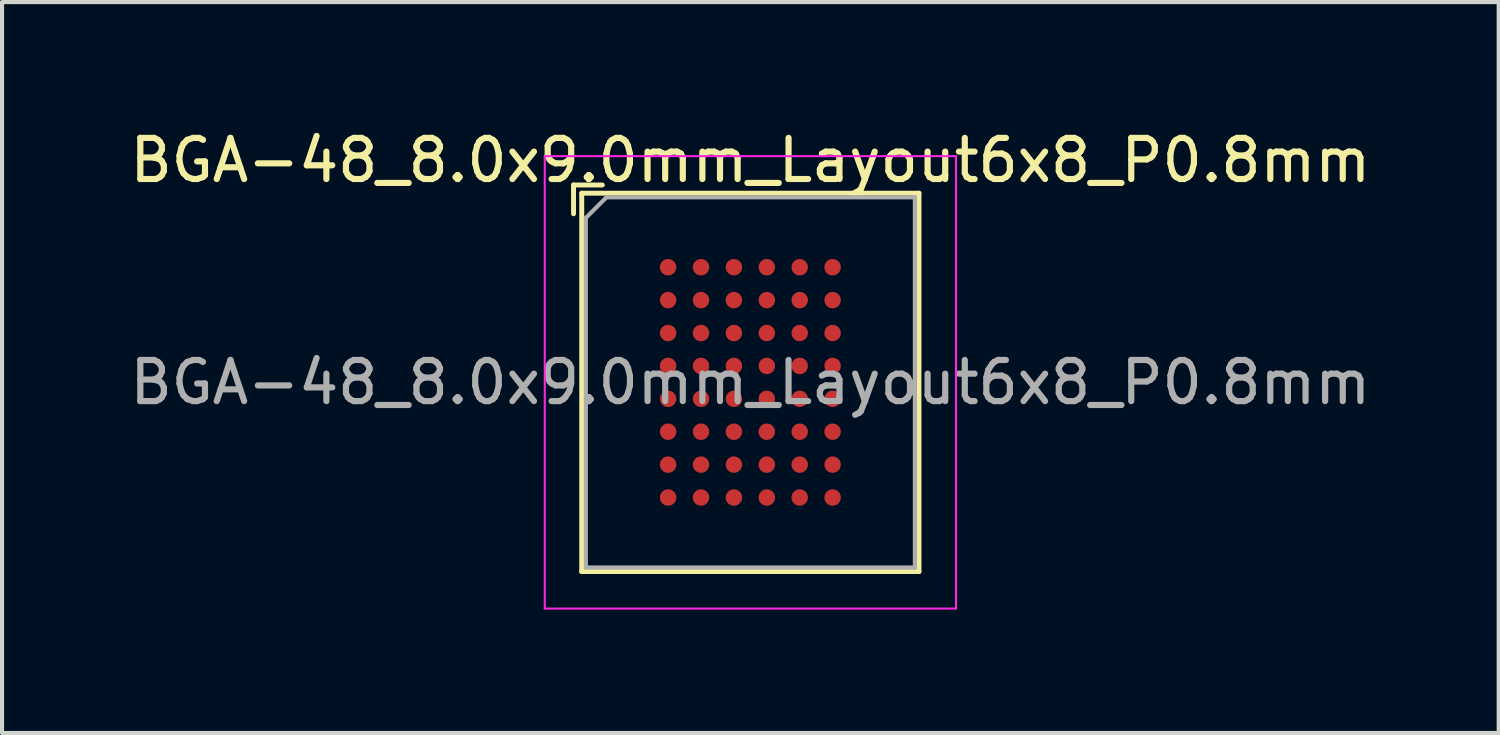
<source format=kicad_pcb>
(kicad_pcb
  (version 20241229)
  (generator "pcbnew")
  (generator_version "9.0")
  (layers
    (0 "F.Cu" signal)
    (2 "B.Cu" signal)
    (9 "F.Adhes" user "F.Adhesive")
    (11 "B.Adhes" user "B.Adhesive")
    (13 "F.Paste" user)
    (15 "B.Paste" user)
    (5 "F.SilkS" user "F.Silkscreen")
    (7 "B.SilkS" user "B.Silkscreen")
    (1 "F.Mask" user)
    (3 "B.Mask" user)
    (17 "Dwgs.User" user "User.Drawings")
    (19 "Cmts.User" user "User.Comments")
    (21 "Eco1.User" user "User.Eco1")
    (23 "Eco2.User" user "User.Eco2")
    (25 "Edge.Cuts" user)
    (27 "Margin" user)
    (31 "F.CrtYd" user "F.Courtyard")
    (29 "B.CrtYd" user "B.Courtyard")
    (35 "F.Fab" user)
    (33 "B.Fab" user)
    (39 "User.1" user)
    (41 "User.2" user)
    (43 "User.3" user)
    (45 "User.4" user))
  (footprint "BGA-48_8.0x9.0mm_Layout6x8_P0.8mm"
    (layer "F.Cu")
    (at 15.196 6.248)
    (property "Reference" "BGA-48_8.0x9.0mm_Layout6x8_P0.8mm" (at 0 -5.4 0) (layer "F.SilkS") (effects (font (size 1 1) (thickness 0.15))))
    (attr smd)
    (fp_line (start -4.3 -4.8) (end -3.6 -4.8) (stroke (width 0.12) (type solid)) (layer "F.SilkS"))
    (fp_line (start -4.3 -4.1) (end -4.3 -4.8) (stroke (width 0.12) (type solid)) (layer "F.SilkS"))
    (fp_line (start -4.1 -4.6) (end 4.1 -4.6) (stroke (width 0.12) (type solid)) (layer "F.SilkS"))
    (fp_line (start -4.1 4.6) (end -4.1 -4.6) (stroke (width 0.12) (type solid)) (layer "F.SilkS"))
    (fp_line (start 4.1 -4.6) (end 4.1 4.6) (stroke (width 0.12) (type solid)) (layer "F.SilkS"))
    (fp_line (start 4.1 4.6) (end -4.1 4.6) (stroke (width 0.12) (type solid)) (layer "F.SilkS"))
    (fp_line (start -5 -5.5) (end -5 5.5) (stroke (width 0.05) (type solid)) (layer "F.CrtYd"))
    (fp_line (start -5 -5.5) (end 5 -5.5) (stroke (width 0.05) (type solid)) (layer "F.CrtYd"))
    (fp_line (start 5 5.5) (end -5 5.5) (stroke (width 0.05) (type solid)) (layer "F.CrtYd"))
    (fp_line (start 5 5.5) (end 5 -5.5) (stroke (width 0.05) (type solid)) (layer "F.CrtYd"))
    (fp_line (start -4 -4) (end -3.5 -4.5) (stroke (width 0.1) (type solid)) (layer "F.Fab"))
    (fp_line (start -4 4.5) (end -4 -4) (stroke (width 0.1) (type solid)) (layer "F.Fab"))
    (fp_line (start -3.5 -4.5) (end 4 -4.5) (stroke (width 0.1) (type solid)) (layer "F.Fab"))
    (fp_line (start 4 -4.5) (end 4 4.5) (stroke (width 0.1) (type solid)) (layer "F.Fab"))
    (fp_line (start 4 4.5) (end -4 4.5) (stroke (width 0.1) (type solid)) (layer "F.Fab"))
    (fp_text user "${REFERENCE}" (at 0 0 0) (layer "F.Fab") (effects (font (size 1 1) (thickness 0.15))))
    (pad "A1" smd circle (at -2 -2.8) (size 0.4 0.4) (layers "F.Cu" "F.Mask" "F.Paste"))
    (pad "A2" smd circle (at -1.2 -2.8) (size 0.4 0.4) (layers "F.Cu" "F.Mask" "F.Paste"))
    (pad "A3" smd circle (at -0.4 -2.8) (size 0.4 0.4) (layers "F.Cu" "F.Mask" "F.Paste"))
    (pad "A4" smd circle (at 0.4 -2.8) (size 0.4 0.4) (layers "F.Cu" "F.Mask" "F.Paste"))
    (pad "A5" smd circle (at 1.2 -2.8) (size 0.4 0.4) (layers "F.Cu" "F.Mask" "F.Paste"))
    (pad "A6" smd circle (at 2 -2.8) (size 0.4 0.4) (layers "F.Cu" "F.Mask" "F.Paste"))
    (pad "B1" smd circle (at -2 -2) (size 0.4 0.4) (layers "F.Cu" "F.Mask" "F.Paste"))
    (pad "B2" smd circle (at -1.2 -2) (size 0.4 0.4) (layers "F.Cu" "F.Mask" "F.Paste"))
    (pad "B3" smd circle (at -0.4 -2) (size 0.4 0.4) (layers "F.Cu" "F.Mask" "F.Paste"))
    (pad "B4" smd circle (at 0.4 -2) (size 0.4 0.4) (layers "F.Cu" "F.Mask" "F.Paste"))
    (pad "B5" smd circle (at 1.2 -2) (size 0.4 0.4) (layers "F.Cu" "F.Mask" "F.Paste"))
    (pad "B6" smd circle (at 2 -2) (size 0.4 0.4) (layers "F.Cu" "F.Mask" "F.Paste"))
    (pad "C1" smd circle (at -2 -1.2) (size 0.4 0.4) (layers "F.Cu" "F.Mask" "F.Paste"))
    (pad "C2" smd circle (at -1.2 -1.2) (size 0.4 0.4) (layers "F.Cu" "F.Mask" "F.Paste"))
    (pad "C3" smd circle (at -0.4 -1.2) (size 0.4 0.4) (layers "F.Cu" "F.Mask" "F.Paste"))
    (pad "C4" smd circle (at 0.4 -1.2) (size 0.4 0.4) (layers "F.Cu" "F.Mask" "F.Paste"))
    (pad "C5" smd circle (at 1.2 -1.2) (size 0.4 0.4) (layers "F.Cu" "F.Mask" "F.Paste"))
    (pad "C6" smd circle (at 2 -1.2) (size 0.4 0.4) (layers "F.Cu" "F.Mask" "F.Paste"))
    (pad "D1" smd circle (at -2 -0.4) (size 0.4 0.4) (layers "F.Cu" "F.Mask" "F.Paste"))
    (pad "D2" smd circle (at -1.2 -0.4) (size 0.4 0.4) (layers "F.Cu" "F.Mask" "F.Paste"))
    (pad "D3" smd circle (at -0.4 -0.4) (size 0.4 0.4) (layers "F.Cu" "F.Mask" "F.Paste"))
    (pad "D4" smd circle (at 0.4 -0.4) (size 0.4 0.4) (layers "F.Cu" "F.Mask" "F.Paste"))
    (pad "D5" smd circle (at 1.2 -0.4) (size 0.4 0.4) (layers "F.Cu" "F.Mask" "F.Paste"))
    (pad "D6" smd circle (at 2 -0.4) (size 0.4 0.4) (layers "F.Cu" "F.Mask" "F.Paste"))
    (pad "E1" smd circle (at -2 0.4) (size 0.4 0.4) (layers "F.Cu" "F.Mask" "F.Paste"))
    (pad "E2" smd circle (at -1.2 0.4) (size 0.4 0.4) (layers "F.Cu" "F.Mask" "F.Paste"))
    (pad "E3" smd circle (at -0.4 0.4) (size 0.4 0.4) (layers "F.Cu" "F.Mask" "F.Paste"))
    (pad "E4" smd circle (at 0.4 0.4) (size 0.4 0.4) (layers "F.Cu" "F.Mask" "F.Paste"))
    (pad "E5" smd circle (at 1.2 0.4) (size 0.4 0.4) (layers "F.Cu" "F.Mask" "F.Paste"))
    (pad "E6" smd circle (at 2 0.4) (size 0.4 0.4) (layers "F.Cu" "F.Mask" "F.Paste"))
    (pad "F1" smd circle (at -2 1.2) (size 0.4 0.4) (layers "F.Cu" "F.Mask" "F.Paste"))
    (pad "F2" smd circle (at -1.2 1.2) (size 0.4 0.4) (layers "F.Cu" "F.Mask" "F.Paste"))
    (pad "F3" smd circle (at -0.4 1.2) (size 0.4 0.4) (layers "F.Cu" "F.Mask" "F.Paste"))
    (pad "F4" smd circle (at 0.4 1.2) (size 0.4 0.4) (layers "F.Cu" "F.Mask" "F.Paste"))
    (pad "F5" smd circle (at 1.2 1.2) (size 0.4 0.4) (layers "F.Cu" "F.Mask" "F.Paste"))
    (pad "F6" smd circle (at 2 1.2) (size 0.4 0.4) (layers "F.Cu" "F.Mask" "F.Paste"))
    (pad "G1" smd circle (at -2 2) (size 0.4 0.4) (layers "F.Cu" "F.Mask" "F.Paste"))
    (pad "G2" smd circle (at -1.2 2) (size 0.4 0.4) (layers "F.Cu" "F.Mask" "F.Paste"))
    (pad "G3" smd circle (at -0.4 2) (size 0.4 0.4) (layers "F.Cu" "F.Mask" "F.Paste"))
    (pad "G4" smd circle (at 0.4 2) (size 0.4 0.4) (layers "F.Cu" "F.Mask" "F.Paste"))
    (pad "G5" smd circle (at 1.2 2) (size 0.4 0.4) (layers "F.Cu" "F.Mask" "F.Paste"))
    (pad "G6" smd circle (at 2 2) (size 0.4 0.4) (layers "F.Cu" "F.Mask" "F.Paste"))
    (pad "H1" smd circle (at -2 2.8) (size 0.4 0.4) (layers "F.Cu" "F.Mask" "F.Paste"))
    (pad "H2" smd circle (at -1.2 2.8) (size 0.4 0.4) (layers "F.Cu" "F.Mask" "F.Paste"))
    (pad "H3" smd circle (at -0.4 2.8) (size 0.4 0.4) (layers "F.Cu" "F.Mask" "F.Paste"))
    (pad "H4" smd circle (at 0.4 2.8) (size 0.4 0.4) (layers "F.Cu" "F.Mask" "F.Paste"))
    (pad "H5" smd circle (at 1.2 2.8) (size 0.4 0.4) (layers "F.Cu" "F.Mask" "F.Paste"))
    (pad "H6" smd circle (at 2 2.8) (size 0.4 0.4) (layers "F.Cu" "F.Mask" "F.Paste")))
  (gr_rect
    (start -3 -3)
    (end 33.393 14.773)
    (stroke (width 0.1) (type default))
    (fill no)
    (layer "Edge.Cuts")))
</source>
